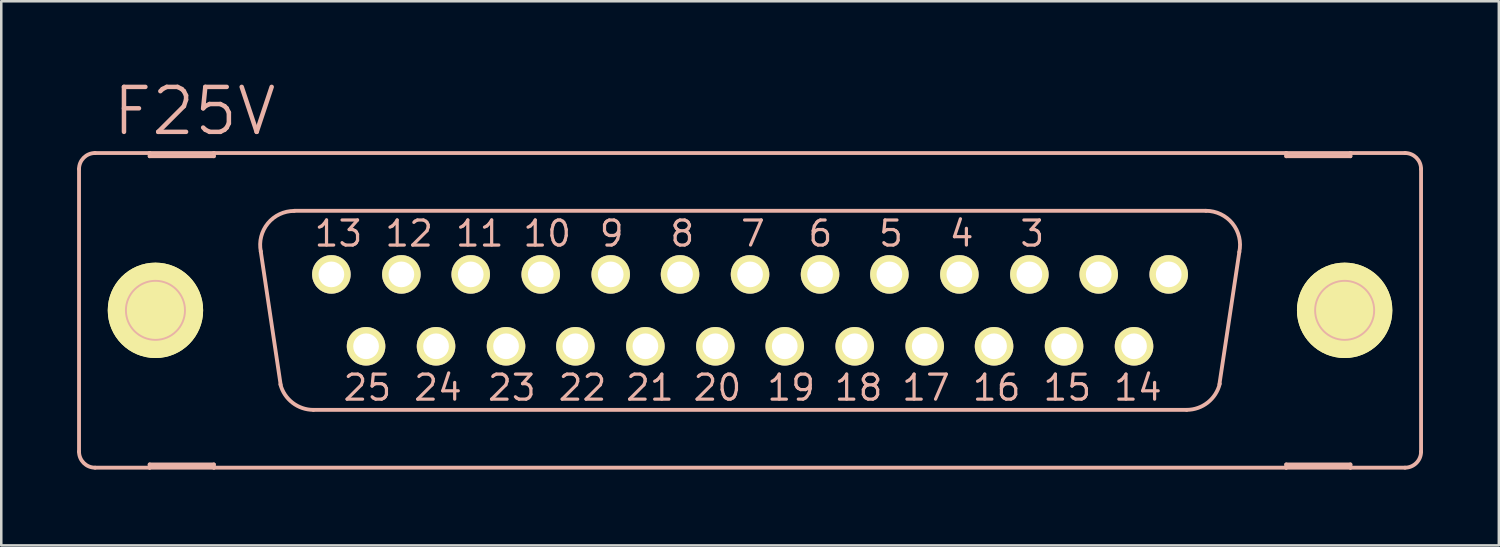
<source format=kicad_pcb>
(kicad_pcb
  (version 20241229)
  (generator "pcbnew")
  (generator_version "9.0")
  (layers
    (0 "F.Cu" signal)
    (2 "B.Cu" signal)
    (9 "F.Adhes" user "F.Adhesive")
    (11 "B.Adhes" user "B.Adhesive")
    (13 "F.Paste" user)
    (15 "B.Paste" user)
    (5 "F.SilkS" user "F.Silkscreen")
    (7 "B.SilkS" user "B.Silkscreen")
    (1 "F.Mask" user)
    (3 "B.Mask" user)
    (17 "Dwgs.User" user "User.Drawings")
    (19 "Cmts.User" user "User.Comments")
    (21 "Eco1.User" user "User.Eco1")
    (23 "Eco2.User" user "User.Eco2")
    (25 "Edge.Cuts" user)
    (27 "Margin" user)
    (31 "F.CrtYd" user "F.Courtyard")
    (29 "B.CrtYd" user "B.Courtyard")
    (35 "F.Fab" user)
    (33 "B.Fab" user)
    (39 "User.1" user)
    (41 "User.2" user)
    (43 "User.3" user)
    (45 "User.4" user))
  (footprint "F25V"
    (layer "F.Cu")
    (at 26.619 9.226)
    (property "Reference" "F25V" (at -21.971 -7.874 0) (layer "B.SilkS") (effects (font (size 1.778 1.778) (thickness 0.178))))
    (attr exclude_from_pos_files exclude_from_bom)
    (fp_line (start -25.171 0) (end -21.869 0) (stroke (width 0.127) (type solid)) (layer "F.SilkS"))
    (fp_line (start -23.52 1.651) (end -23.52 -1.651) (stroke (width 0.127) (type solid)) (layer "F.SilkS"))
    (fp_line (start 21.869 0) (end 25.171 0) (stroke (width 0.127) (type solid)) (layer "F.SilkS"))
    (fp_line (start 23.52 1.651) (end 23.52 -1.651) (stroke (width 0.127) (type solid)) (layer "F.SilkS"))
    (fp_circle (center -23.52 0) (end -24.854 1.333) (stroke (width 0) (type solid)) (fill yes) (layer "F.SilkS"))
    (fp_circle (center -23.52 0) (end -24.854 1.333) (stroke (width 0) (type solid)) (fill yes) (layer "F.SilkS"))
    (fp_circle (center -23.52 0) (end -24.346 0.826) (stroke (width 0.127) (type solid)) (fill no) (layer "F.SilkS"))
    (fp_circle (center -16.561 -1.422) (end -16.942 -1.803) (stroke (width 0.127) (type solid)) (fill no) (layer "F.SilkS"))
    (fp_circle (center -15.189 1.422) (end -15.57 1.803) (stroke (width 0.127) (type solid)) (fill no) (layer "F.SilkS"))
    (fp_circle (center -13.792 -1.422) (end -14.173 -1.803) (stroke (width 0.127) (type solid)) (fill no) (layer "F.SilkS"))
    (fp_circle (center -12.421 1.422) (end -12.802 1.803) (stroke (width 0.127) (type solid)) (fill no) (layer "F.SilkS"))
    (fp_circle (center -11.049 -1.422) (end -11.43 -1.803) (stroke (width 0.127) (type solid)) (fill no) (layer "F.SilkS"))
    (fp_circle (center -9.652 1.422) (end -10.033 1.803) (stroke (width 0.127) (type solid)) (fill no) (layer "F.SilkS"))
    (fp_circle (center -8.28 -1.422) (end -8.661 -1.803) (stroke (width 0.127) (type solid)) (fill no) (layer "F.SilkS"))
    (fp_circle (center -6.909 1.422) (end -7.29 1.803) (stroke (width 0.127) (type solid)) (fill no) (layer "F.SilkS"))
    (fp_circle (center -5.512 -1.422) (end -5.893 -1.803) (stroke (width 0.127) (type solid)) (fill no) (layer "F.SilkS"))
    (fp_circle (center -4.14 1.422) (end -4.521 1.803) (stroke (width 0.127) (type solid)) (fill no) (layer "F.SilkS"))
    (fp_circle (center -2.769 -1.422) (end -3.15 -1.803) (stroke (width 0.127) (type solid)) (fill no) (layer "F.SilkS"))
    (fp_circle (center -1.372 1.422) (end -1.753 1.803) (stroke (width 0.127) (type solid)) (fill no) (layer "F.SilkS"))
    (fp_circle (center 0 -1.422) (end -0.381 -1.803) (stroke (width 0.127) (type solid)) (fill no) (layer "F.SilkS"))
    (fp_circle (center 1.372 1.422) (end 1.753 1.803) (stroke (width 0.127) (type solid)) (fill no) (layer "F.SilkS"))
    (fp_circle (center 2.769 -1.422) (end 3.15 -1.803) (stroke (width 0.127) (type solid)) (fill no) (layer "F.SilkS"))
    (fp_circle (center 4.14 1.422) (end 4.521 1.803) (stroke (width 0.127) (type solid)) (fill no) (layer "F.SilkS"))
    (fp_circle (center 5.512 -1.422) (end 5.893 -1.803) (stroke (width 0.127) (type solid)) (fill no) (layer "F.SilkS"))
    (fp_circle (center 6.909 1.422) (end 7.29 1.803) (stroke (width 0.127) (type solid)) (fill no) (layer "F.SilkS"))
    (fp_circle (center 8.28 -1.422) (end 8.661 -1.803) (stroke (width 0.127) (type solid)) (fill no) (layer "F.SilkS"))
    (fp_circle (center 9.652 1.422) (end 10.033 1.803) (stroke (width 0.127) (type solid)) (fill no) (layer "F.SilkS"))
    (fp_circle (center 11.049 -1.422) (end 11.43 -1.803) (stroke (width 0.127) (type solid)) (fill no) (layer "F.SilkS"))
    (fp_circle (center 12.421 1.422) (end 12.802 1.803) (stroke (width 0.127) (type solid)) (fill no) (layer "F.SilkS"))
    (fp_circle (center 13.792 -1.422) (end 14.173 -1.803) (stroke (width 0.127) (type solid)) (fill no) (layer "F.SilkS"))
    (fp_circle (center 15.189 1.422) (end 15.57 1.803) (stroke (width 0.127) (type solid)) (fill no) (layer "F.SilkS"))
    (fp_circle (center 16.561 -1.422) (end 16.942 -1.803) (stroke (width 0.127) (type solid)) (fill no) (layer "F.SilkS"))
    (fp_circle (center 23.52 0) (end 24.346 0.826) (stroke (width 0.127) (type solid)) (fill no) (layer "F.SilkS"))
    (fp_circle (center 23.52 0) (end 24.854 1.333) (stroke (width 0) (type solid)) (fill yes) (layer "F.SilkS"))
    (fp_circle (center 23.52 0) (end 24.854 1.333) (stroke (width 0) (type solid)) (fill yes) (layer "F.SilkS"))
    (fp_line (start -26.543 -5.588) (end -26.543 5.588) (stroke (width 0.152) (type solid)) (layer "B.SilkS"))
    (fp_line (start -25.908 6.223) (end -23.749 6.223) (stroke (width 0.152) (type solid)) (layer "B.SilkS"))
    (fp_line (start -23.749 -6.223) (end -25.908 -6.223) (stroke (width 0.152) (type solid)) (layer "B.SilkS"))
    (fp_line (start -23.749 -6.223) (end -23.749 -6.096) (stroke (width 0.152) (type solid)) (layer "B.SilkS"))
    (fp_line (start -23.749 -6.096) (end -21.209 -6.096) (stroke (width 0.152) (type solid)) (layer "B.SilkS"))
    (fp_line (start -23.749 6.096) (end -21.209 6.096) (stroke (width 0.152) (type solid)) (layer "B.SilkS"))
    (fp_line (start -23.749 6.223) (end -23.749 6.096) (stroke (width 0.152) (type solid)) (layer "B.SilkS"))
    (fp_line (start -23.749 6.223) (end -21.209 6.223) (stroke (width 0.152) (type solid)) (layer "B.SilkS"))
    (fp_line (start -21.209 -6.223) (end -23.749 -6.223) (stroke (width 0.152) (type solid)) (layer "B.SilkS"))
    (fp_line (start -21.209 -6.096) (end -21.209 -6.223) (stroke (width 0.152) (type solid)) (layer "B.SilkS"))
    (fp_line (start -21.209 6.096) (end -21.209 6.223) (stroke (width 0.152) (type solid)) (layer "B.SilkS"))
    (fp_line (start -21.209 6.223) (end 21.209 6.223) (stroke (width 0.152) (type solid)) (layer "B.SilkS"))
    (fp_line (start -18.567 2.946) (end -19.355 -2.337) (stroke (width 0.152) (type solid)) (layer "B.SilkS"))
    (fp_line (start -18.034 -3.937) (end 18.034 -3.937) (stroke (width 0.152) (type solid)) (layer "B.SilkS"))
    (fp_line (start -17.272 3.937) (end 17.272 3.937) (stroke (width 0.152) (type solid)) (layer "B.SilkS"))
    (fp_line (start 19.355 -2.311) (end 18.567 2.921) (stroke (width 0.152) (type solid)) (layer "B.SilkS"))
    (fp_line (start 21.209 -6.223) (end -21.209 -6.223) (stroke (width 0.152) (type solid)) (layer "B.SilkS"))
    (fp_line (start 21.209 -6.223) (end 21.209 -6.096) (stroke (width 0.152) (type solid)) (layer "B.SilkS"))
    (fp_line (start 21.209 -6.096) (end 23.749 -6.096) (stroke (width 0.152) (type solid)) (layer "B.SilkS"))
    (fp_line (start 21.209 6.096) (end 23.749 6.096) (stroke (width 0.152) (type solid)) (layer "B.SilkS"))
    (fp_line (start 21.209 6.223) (end 21.209 6.096) (stroke (width 0.152) (type solid)) (layer "B.SilkS"))
    (fp_line (start 21.209 6.223) (end 23.749 6.223) (stroke (width 0.152) (type solid)) (layer "B.SilkS"))
    (fp_line (start 23.749 -6.223) (end 21.209 -6.223) (stroke (width 0.152) (type solid)) (layer "B.SilkS"))
    (fp_line (start 23.749 -6.096) (end 23.749 -6.223) (stroke (width 0.152) (type solid)) (layer "B.SilkS"))
    (fp_line (start 23.749 6.096) (end 23.749 6.223) (stroke (width 0.152) (type solid)) (layer "B.SilkS"))
    (fp_line (start 23.749 6.223) (end 25.908 6.223) (stroke (width 0.152) (type solid)) (layer "B.SilkS"))
    (fp_line (start 25.908 -6.223) (end 23.749 -6.223) (stroke (width 0.152) (type solid)) (layer "B.SilkS"))
    (fp_line (start 26.543 -5.588) (end 26.543 5.588) (stroke (width 0.152) (type solid)) (layer "B.SilkS"))
    (fp_arc (start -26.543 -5.588) (mid -26.357013 -6.037013) (end -25.908 -6.223) (stroke (width 0.1524) (type solid)) (layer "B.SilkS"))
    (fp_arc (start -25.908 6.223) (mid -26.357013 6.037013) (end -26.543 5.588) (stroke (width 0.1524) (type solid)) (layer "B.SilkS"))
    (fp_arc (start -19.35226 -2.32664) (mid -19.072158 -3.441772) (end -18.03224 -3.932229) (stroke (width 0.1524) (type solid)) (layer "B.SilkS"))
    (fp_arc (start -17.272 3.937) (mid -18.096791 3.655415) (end -18.577188 2.928236) (stroke (width 0.1524) (type solid)) (layer "B.SilkS"))
    (fp_arc (start 18.034 -3.937) (mid 19.083648 -3.435219) (end 19.35228 -2.303238) (stroke (width 0.1524) (type solid)) (layer "B.SilkS"))
    (fp_arc (start 18.5801 2.90322) (mid 18.104662 3.646284) (end 17.271518 3.936211) (stroke (width 0.1524) (type solid)) (layer "B.SilkS"))
    (fp_arc (start 25.908 -6.223) (mid 26.357013 -6.037013) (end 26.543 -5.588) (stroke (width 0.1524) (type solid)) (layer "B.SilkS"))
    (fp_arc (start 26.543 5.588) (mid 26.357013 6.037013) (end 25.908 6.223) (stroke (width 0.1524) (type solid)) (layer "B.SilkS"))
    (fp_circle (center -23.52 0) (end -24.346 0.826) (stroke (width 0.076) (type solid)) (fill no) (layer "B.SilkS"))
    (fp_circle (center 23.52 0) (end 24.346 0.826) (stroke (width 0.076) (type solid)) (fill no) (layer "B.SilkS"))
    (fp_text user "21" (at -3.962 3.061 0) (layer "B.SilkS") (effects (font (size 0.991 0.991) (thickness 0.127))))
    (fp_text user "14" (at 15.342 3.061 0) (layer "B.SilkS") (effects (font (size 0.991 0.991) (thickness 0.127))))
    (fp_text user "5" (at 5.575 -3.035 0) (layer "B.SilkS") (effects (font (size 0.991 0.991) (thickness 0.127))))
    (fp_text user "11" (at -10.693 -3.035 0) (layer "B.SilkS") (effects (font (size 0.991 0.991) (thickness 0.127))))
    (fp_text user "16" (at 9.754 3.061 0) (layer "B.SilkS") (effects (font (size 0.991 0.991) (thickness 0.127))))
    (fp_text user "12" (at -13.487 -3.035 0) (layer "B.SilkS") (effects (font (size 0.991 0.991) (thickness 0.127))))
    (fp_text user "24" (at -12.344 3.061 0) (layer "B.SilkS") (effects (font (size 0.991 0.991) (thickness 0.127))))
    (fp_text user "7" (at 0.114 -3.035 0) (layer "B.SilkS") (effects (font (size 0.991 0.991) (thickness 0.127))))
    (fp_text user "18" (at 4.293 3.061 0) (layer "B.SilkS") (effects (font (size 0.991 0.991) (thickness 0.127))))
    (fp_text user "6" (at 2.781 -3.035 0) (layer "B.SilkS") (effects (font (size 0.991 0.991) (thickness 0.127))))
    (fp_text user "13" (at -16.281 -3.035 0) (layer "B.SilkS") (effects (font (size 0.991 0.991) (thickness 0.127))))
    (fp_text user "8" (at -2.68 -3.035 0) (layer "B.SilkS") (effects (font (size 0.991 0.991) (thickness 0.127))))
    (fp_text user "15" (at 12.548 3.061 0) (layer "B.SilkS") (effects (font (size 0.991 0.991) (thickness 0.127))))
    (fp_text user "22" (at -6.629 3.061 0) (layer "B.SilkS") (effects (font (size 0.991 0.991) (thickness 0.127))))
    (fp_text user "17" (at 6.96 3.061 0) (layer "B.SilkS") (effects (font (size 0.991 0.991) (thickness 0.127))))
    (fp_text user "3" (at 11.163 -3.035 0) (layer "B.SilkS") (effects (font (size 0.991 0.991) (thickness 0.127))))
    (fp_text user "20" (at -1.293 3.061 0) (layer "B.SilkS") (effects (font (size 0.991 0.991) (thickness 0.127))))
    (fp_text user "4" (at 8.369 -3.035 0) (layer "B.SilkS") (effects (font (size 0.991 0.991) (thickness 0.127))))
    (fp_text user "10" (at -8.026 -3.035 0) (layer "B.SilkS") (effects (font (size 0.991 0.991) (thickness 0.127))))
    (fp_text user "25" (at -15.138 3.061 0) (layer "B.SilkS") (effects (font (size 0.991 0.991) (thickness 0.127))))
    (fp_text user "19" (at 1.626 3.061 0) (layer "B.SilkS") (effects (font (size 0.991 0.991) (thickness 0.127))))
    (fp_text user "23" (at -9.423 3.061 0) (layer "B.SilkS") (effects (font (size 0.991 0.991) (thickness 0.127))))
    (fp_text user "9" (at -5.474 -3.035 0) (layer "B.SilkS") (effects (font (size 0.991 0.991) (thickness 0.127))))
    (pad "1" thru_hole circle (at 16.561 -1.422) (size 1.524 1.524) (drill 1.016) (layers "*.Cu" "F.Mask" "F.SilkS" "F.Paste"))
    (pad "2" thru_hole circle (at 13.792 -1.422) (size 1.524 1.524) (drill 1.016) (layers "*.Cu" "F.Mask" "F.SilkS" "F.Paste"))
    (pad "3" thru_hole circle (at 11.049 -1.422) (size 1.524 1.524) (drill 1.016) (layers "*.Cu" "F.Mask" "F.SilkS" "F.Paste"))
    (pad "4" thru_hole circle (at 8.28 -1.422) (size 1.524 1.524) (drill 1.016) (layers "*.Cu" "F.Mask" "F.SilkS" "F.Paste"))
    (pad "5" thru_hole circle (at 5.512 -1.422) (size 1.524 1.524) (drill 1.016) (layers "*.Cu" "F.Mask" "F.SilkS" "F.Paste"))
    (pad "6" thru_hole circle (at 2.769 -1.422) (size 1.524 1.524) (drill 1.016) (layers "*.Cu" "F.Mask" "F.SilkS" "F.Paste"))
    (pad "7" thru_hole circle (at 0 -1.422) (size 1.524 1.524) (drill 1.016) (layers "*.Cu" "F.Mask" "F.SilkS" "F.Paste"))
    (pad "8" thru_hole circle (at -2.769 -1.422) (size 1.524 1.524) (drill 1.016) (layers "*.Cu" "F.Mask" "F.SilkS" "F.Paste"))
    (pad "9" thru_hole circle (at -5.512 -1.422) (size 1.524 1.524) (drill 1.016) (layers "*.Cu" "F.Mask" "F.SilkS" "F.Paste"))
    (pad "10" thru_hole circle (at -8.28 -1.422) (size 1.524 1.524) (drill 1.016) (layers "*.Cu" "F.Mask" "F.SilkS" "F.Paste"))
    (pad "11" thru_hole circle (at -11.049 -1.422) (size 1.524 1.524) (drill 1.016) (layers "*.Cu" "F.Mask" "F.SilkS" "F.Paste"))
    (pad "12" thru_hole circle (at -13.792 -1.422) (size 1.524 1.524) (drill 1.016) (layers "*.Cu" "F.Mask" "F.SilkS" "F.Paste"))
    (pad "13" thru_hole circle (at -16.561 -1.422) (size 1.524 1.524) (drill 1.016) (layers "*.Cu" "F.Mask" "F.SilkS" "F.Paste"))
    (pad "14" thru_hole circle (at 15.189 1.422) (size 1.524 1.524) (drill 1.016) (layers "*.Cu" "F.Mask" "F.SilkS" "F.Paste"))
    (pad "15" thru_hole circle (at 12.421 1.422) (size 1.524 1.524) (drill 1.016) (layers "*.Cu" "F.Mask" "F.SilkS" "F.Paste"))
    (pad "16" thru_hole circle (at 9.652 1.422) (size 1.524 1.524) (drill 1.016) (layers "*.Cu" "F.Mask" "F.SilkS" "F.Paste"))
    (pad "17" thru_hole circle (at 6.909 1.422) (size 1.524 1.524) (drill 1.016) (layers "*.Cu" "F.Mask" "F.SilkS" "F.Paste"))
    (pad "18" thru_hole circle (at 4.14 1.422) (size 1.524 1.524) (drill 1.016) (layers "*.Cu" "F.Mask" "F.SilkS" "F.Paste"))
    (pad "19" thru_hole circle (at 1.372 1.422) (size 1.524 1.524) (drill 1.016) (layers "*.Cu" "F.Mask" "F.SilkS" "F.Paste"))
    (pad "20" thru_hole circle (at -1.372 1.422) (size 1.524 1.524) (drill 1.016) (layers "*.Cu" "F.Mask" "F.SilkS" "F.Paste"))
    (pad "21" thru_hole circle (at -4.14 1.422) (size 1.524 1.524) (drill 1.016) (layers "*.Cu" "F.Mask" "F.SilkS" "F.Paste"))
    (pad "22" thru_hole circle (at -6.909 1.422) (size 1.524 1.524) (drill 1.016) (layers "*.Cu" "F.Mask" "F.SilkS" "F.Paste"))
    (pad "23" thru_hole circle (at -9.652 1.422) (size 1.524 1.524) (drill 1.016) (layers "*.Cu" "F.Mask" "F.SilkS" "F.Paste"))
    (pad "24" thru_hole circle (at -12.421 1.422) (size 1.524 1.524) (drill 1.016) (layers "*.Cu" "F.Mask" "F.SilkS" "F.Paste"))
    (pad "25" thru_hole circle (at -15.189 1.422) (size 1.524 1.524) (drill 1.016) (layers "*.Cu" "F.Mask" "F.SilkS" "F.Paste")))
  (gr_rect
    (start -3 -3)
    (end 56.238 18.525)
    (stroke (width 0.1) (type default))
    (fill no)
    (layer "Edge.Cuts")))
</source>
